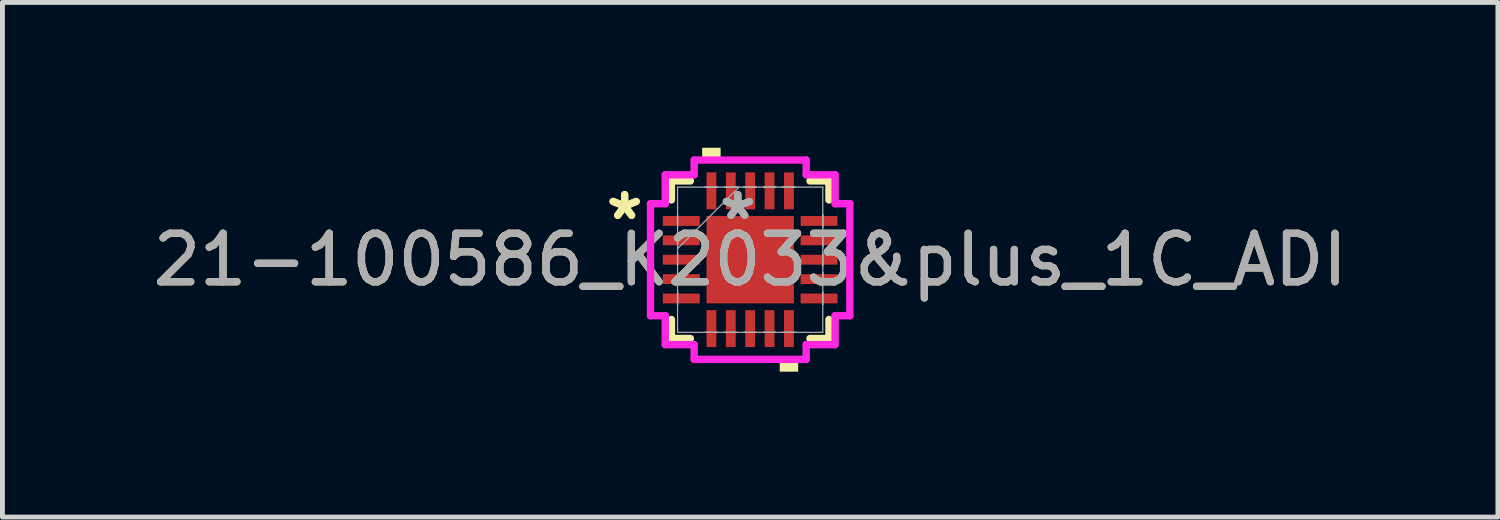
<source format=kicad_pcb>
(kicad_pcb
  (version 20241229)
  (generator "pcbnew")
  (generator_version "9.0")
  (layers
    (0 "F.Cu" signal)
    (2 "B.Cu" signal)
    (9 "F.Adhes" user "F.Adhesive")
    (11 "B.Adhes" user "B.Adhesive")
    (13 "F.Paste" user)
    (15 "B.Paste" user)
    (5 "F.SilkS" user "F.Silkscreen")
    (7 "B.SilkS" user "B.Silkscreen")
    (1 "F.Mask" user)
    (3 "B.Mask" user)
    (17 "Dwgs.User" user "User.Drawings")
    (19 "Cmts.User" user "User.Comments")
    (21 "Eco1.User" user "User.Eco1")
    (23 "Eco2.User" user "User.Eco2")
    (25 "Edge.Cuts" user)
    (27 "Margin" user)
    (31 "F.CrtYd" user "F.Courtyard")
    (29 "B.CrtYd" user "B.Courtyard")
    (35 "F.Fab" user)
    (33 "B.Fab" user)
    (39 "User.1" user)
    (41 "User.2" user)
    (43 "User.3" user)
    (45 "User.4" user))
  (footprint "21-100586_K2033&plus_1C_ADI"
    (layer "F.Cu")
    (at 12.435 2.311)
    (property "Reference" "21-100586_K2033&plus_1C_ADI" (at 0 0 0) (unlocked yes) (layer "F.SilkS") (effects (font (size 1 1) (thickness 0.15))))
    (attr smd)
    (fp_line (start -1.626 -1.626) (end -1.626 -1.234) (stroke (width 0.152) (type solid)) (layer "F.SilkS"))
    (fp_line (start -1.626 1.234) (end -1.626 1.626) (stroke (width 0.152) (type solid)) (layer "F.SilkS"))
    (fp_line (start -1.626 1.626) (end -1.234 1.626) (stroke (width 0.152) (type solid)) (layer "F.SilkS"))
    (fp_line (start -1.234 -1.626) (end -1.626 -1.626) (stroke (width 0.152) (type solid)) (layer "F.SilkS"))
    (fp_line (start 1.234 1.626) (end 1.626 1.626) (stroke (width 0.152) (type solid)) (layer "F.SilkS"))
    (fp_line (start 1.626 -1.626) (end 1.234 -1.626) (stroke (width 0.152) (type solid)) (layer "F.SilkS"))
    (fp_line (start 1.626 -1.234) (end 1.626 -1.626) (stroke (width 0.152) (type solid)) (layer "F.SilkS"))
    (fp_line (start 1.626 1.626) (end 1.626 1.234) (stroke (width 0.152) (type solid)) (layer "F.SilkS"))
    (fp_poly (pts (xy -0.991 -2.057) (xy -0.991 -2.311) (xy -0.61 -2.311) (xy -0.61 -2.057)) (stroke (width 0) (type solid)) (fill yes) (layer "F.SilkS"))
    (fp_poly (pts (xy 0.61 2.057) (xy 0.61 2.311) (xy 0.991 2.311) (xy 0.991 2.057)) (stroke (width 0) (type solid)) (fill yes) (layer "F.SilkS"))
    (fp_line (start -2.057 -1.156) (end -1.753 -1.156) (stroke (width 0.152) (type solid)) (layer "F.CrtYd"))
    (fp_line (start -2.057 1.156) (end -2.057 -1.156) (stroke (width 0.152) (type solid)) (layer "F.CrtYd"))
    (fp_line (start -1.753 -1.753) (end -1.156 -1.753) (stroke (width 0.152) (type solid)) (layer "F.CrtYd"))
    (fp_line (start -1.753 -1.156) (end -1.753 -1.753) (stroke (width 0.152) (type solid)) (layer "F.CrtYd"))
    (fp_line (start -1.753 1.156) (end -2.057 1.156) (stroke (width 0.152) (type solid)) (layer "F.CrtYd"))
    (fp_line (start -1.753 1.753) (end -1.753 1.156) (stroke (width 0.152) (type solid)) (layer "F.CrtYd"))
    (fp_line (start -1.156 -2.057) (end 1.156 -2.057) (stroke (width 0.152) (type solid)) (layer "F.CrtYd"))
    (fp_line (start -1.156 -1.753) (end -1.156 -2.057) (stroke (width 0.152) (type solid)) (layer "F.CrtYd"))
    (fp_line (start -1.156 1.753) (end -1.753 1.753) (stroke (width 0.152) (type solid)) (layer "F.CrtYd"))
    (fp_line (start -1.156 2.057) (end -1.156 1.753) (stroke (width 0.152) (type solid)) (layer "F.CrtYd"))
    (fp_line (start 1.156 -2.057) (end 1.156 -1.753) (stroke (width 0.152) (type solid)) (layer "F.CrtYd"))
    (fp_line (start 1.156 -1.753) (end 1.753 -1.753) (stroke (width 0.152) (type solid)) (layer "F.CrtYd"))
    (fp_line (start 1.156 1.753) (end 1.156 2.057) (stroke (width 0.152) (type solid)) (layer "F.CrtYd"))
    (fp_line (start 1.156 2.057) (end -1.156 2.057) (stroke (width 0.152) (type solid)) (layer "F.CrtYd"))
    (fp_line (start 1.753 -1.753) (end 1.753 -1.156) (stroke (width 0.152) (type solid)) (layer "F.CrtYd"))
    (fp_line (start 1.753 -1.156) (end 2.057 -1.156) (stroke (width 0.152) (type solid)) (layer "F.CrtYd"))
    (fp_line (start 1.753 1.156) (end 1.753 1.753) (stroke (width 0.152) (type solid)) (layer "F.CrtYd"))
    (fp_line (start 1.753 1.753) (end 1.156 1.753) (stroke (width 0.152) (type solid)) (layer "F.CrtYd"))
    (fp_line (start 2.057 -1.156) (end 2.057 1.156) (stroke (width 0.152) (type solid)) (layer "F.CrtYd"))
    (fp_line (start 2.057 1.156) (end 1.753 1.156) (stroke (width 0.152) (type solid)) (layer "F.CrtYd"))
    (fp_line (start -1.499 -1.499) (end -1.499 1.499) (stroke (width 0.025) (type solid)) (layer "F.Fab"))
    (fp_line (start -1.499 -0.927) (end -1.499 -0.927) (stroke (width 0.025) (type solid)) (layer "F.Fab"))
    (fp_line (start -1.499 -0.927) (end -1.499 -0.673) (stroke (width 0.025) (type solid)) (layer "F.Fab"))
    (fp_line (start -1.499 -0.673) (end -1.499 -0.927) (stroke (width 0.025) (type solid)) (layer "F.Fab"))
    (fp_line (start -1.499 -0.673) (end -1.499 -0.673) (stroke (width 0.025) (type solid)) (layer "F.Fab"))
    (fp_line (start -1.499 -0.527) (end -1.499 -0.527) (stroke (width 0.025) (type solid)) (layer "F.Fab"))
    (fp_line (start -1.499 -0.527) (end -1.499 -0.273) (stroke (width 0.025) (type solid)) (layer "F.Fab"))
    (fp_line (start -1.499 -0.273) (end -1.499 -0.527) (stroke (width 0.025) (type solid)) (layer "F.Fab"))
    (fp_line (start -1.499 -0.273) (end -1.499 -0.273) (stroke (width 0.025) (type solid)) (layer "F.Fab"))
    (fp_line (start -1.499 -0.229) (end -0.229 -1.499) (stroke (width 0.025) (type solid)) (layer "F.Fab"))
    (fp_line (start -1.499 -0.127) (end -1.499 -0.127) (stroke (width 0.025) (type solid)) (layer "F.Fab"))
    (fp_line (start -1.499 -0.127) (end -1.499 0.127) (stroke (width 0.025) (type solid)) (layer "F.Fab"))
    (fp_line (start -1.499 0.127) (end -1.499 -0.127) (stroke (width 0.025) (type solid)) (layer "F.Fab"))
    (fp_line (start -1.499 0.127) (end -1.499 0.127) (stroke (width 0.025) (type solid)) (layer "F.Fab"))
    (fp_line (start -1.499 0.273) (end -1.499 0.273) (stroke (width 0.025) (type solid)) (layer "F.Fab"))
    (fp_line (start -1.499 0.273) (end -1.499 0.527) (stroke (width 0.025) (type solid)) (layer "F.Fab"))
    (fp_line (start -1.499 0.527) (end -1.499 0.273) (stroke (width 0.025) (type solid)) (layer "F.Fab"))
    (fp_line (start -1.499 0.527) (end -1.499 0.527) (stroke (width 0.025) (type solid)) (layer "F.Fab"))
    (fp_line (start -1.499 0.673) (end -1.499 0.673) (stroke (width 0.025) (type solid)) (layer "F.Fab"))
    (fp_line (start -1.499 0.673) (end -1.499 0.927) (stroke (width 0.025) (type solid)) (layer "F.Fab"))
    (fp_line (start -1.499 0.927) (end -1.499 0.673) (stroke (width 0.025) (type solid)) (layer "F.Fab"))
    (fp_line (start -1.499 0.927) (end -1.499 0.927) (stroke (width 0.025) (type solid)) (layer "F.Fab"))
    (fp_line (start -1.499 1.499) (end 1.499 1.499) (stroke (width 0.025) (type solid)) (layer "F.Fab"))
    (fp_line (start -0.927 -1.499) (end -0.927 -1.499) (stroke (width 0.025) (type solid)) (layer "F.Fab"))
    (fp_line (start -0.927 -1.499) (end -0.673 -1.499) (stroke (width 0.025) (type solid)) (layer "F.Fab"))
    (fp_line (start -0.927 1.499) (end -0.927 1.499) (stroke (width 0.025) (type solid)) (layer "F.Fab"))
    (fp_line (start -0.927 1.499) (end -0.673 1.499) (stroke (width 0.025) (type solid)) (layer "F.Fab"))
    (fp_line (start -0.673 -1.499) (end -0.927 -1.499) (stroke (width 0.025) (type solid)) (layer "F.Fab"))
    (fp_line (start -0.673 -1.499) (end -0.673 -1.499) (stroke (width 0.025) (type solid)) (layer "F.Fab"))
    (fp_line (start -0.673 1.499) (end -0.927 1.499) (stroke (width 0.025) (type solid)) (layer "F.Fab"))
    (fp_line (start -0.673 1.499) (end -0.673 1.499) (stroke (width 0.025) (type solid)) (layer "F.Fab"))
    (fp_line (start -0.527 -1.499) (end -0.527 -1.499) (stroke (width 0.025) (type solid)) (layer "F.Fab"))
    (fp_line (start -0.527 -1.499) (end -0.273 -1.499) (stroke (width 0.025) (type solid)) (layer "F.Fab"))
    (fp_line (start -0.527 1.499) (end -0.527 1.499) (stroke (width 0.025) (type solid)) (layer "F.Fab"))
    (fp_line (start -0.527 1.499) (end -0.273 1.499) (stroke (width 0.025) (type solid)) (layer "F.Fab"))
    (fp_line (start -0.273 -1.499) (end -0.527 -1.499) (stroke (width 0.025) (type solid)) (layer "F.Fab"))
    (fp_line (start -0.273 -1.499) (end -0.273 -1.499) (stroke (width 0.025) (type solid)) (layer "F.Fab"))
    (fp_line (start -0.273 1.499) (end -0.527 1.499) (stroke (width 0.025) (type solid)) (layer "F.Fab"))
    (fp_line (start -0.273 1.499) (end -0.273 1.499) (stroke (width 0.025) (type solid)) (layer "F.Fab"))
    (fp_line (start -0.127 -1.499) (end -0.127 -1.499) (stroke (width 0.025) (type solid)) (layer "F.Fab"))
    (fp_line (start -0.127 -1.499) (end 0.127 -1.499) (stroke (width 0.025) (type solid)) (layer "F.Fab"))
    (fp_line (start -0.127 1.499) (end -0.127 1.499) (stroke (width 0.025) (type solid)) (layer "F.Fab"))
    (fp_line (start -0.127 1.499) (end 0.127 1.499) (stroke (width 0.025) (type solid)) (layer "F.Fab"))
    (fp_line (start 0.127 -1.499) (end -0.127 -1.499) (stroke (width 0.025) (type solid)) (layer "F.Fab"))
    (fp_line (start 0.127 -1.499) (end 0.127 -1.499) (stroke (width 0.025) (type solid)) (layer "F.Fab"))
    (fp_line (start 0.127 1.499) (end -0.127 1.499) (stroke (width 0.025) (type solid)) (layer "F.Fab"))
    (fp_line (start 0.127 1.499) (end 0.127 1.499) (stroke (width 0.025) (type solid)) (layer "F.Fab"))
    (fp_line (start 0.273 -1.499) (end 0.273 -1.499) (stroke (width 0.025) (type solid)) (layer "F.Fab"))
    (fp_line (start 0.273 -1.499) (end 0.527 -1.499) (stroke (width 0.025) (type solid)) (layer "F.Fab"))
    (fp_line (start 0.273 1.499) (end 0.273 1.499) (stroke (width 0.025) (type solid)) (layer "F.Fab"))
    (fp_line (start 0.273 1.499) (end 0.527 1.499) (stroke (width 0.025) (type solid)) (layer "F.Fab"))
    (fp_line (start 0.527 -1.499) (end 0.273 -1.499) (stroke (width 0.025) (type solid)) (layer "F.Fab"))
    (fp_line (start 0.527 -1.499) (end 0.527 -1.499) (stroke (width 0.025) (type solid)) (layer "F.Fab"))
    (fp_line (start 0.527 1.499) (end 0.273 1.499) (stroke (width 0.025) (type solid)) (layer "F.Fab"))
    (fp_line (start 0.527 1.499) (end 0.527 1.499) (stroke (width 0.025) (type solid)) (layer "F.Fab"))
    (fp_line (start 0.673 -1.499) (end 0.673 -1.499) (stroke (width 0.025) (type solid)) (layer "F.Fab"))
    (fp_line (start 0.673 -1.499) (end 0.927 -1.499) (stroke (width 0.025) (type solid)) (layer "F.Fab"))
    (fp_line (start 0.673 1.499) (end 0.673 1.499) (stroke (width 0.025) (type solid)) (layer "F.Fab"))
    (fp_line (start 0.673 1.499) (end 0.927 1.499) (stroke (width 0.025) (type solid)) (layer "F.Fab"))
    (fp_line (start 0.927 -1.499) (end 0.673 -1.499) (stroke (width 0.025) (type solid)) (layer "F.Fab"))
    (fp_line (start 0.927 -1.499) (end 0.927 -1.499) (stroke (width 0.025) (type solid)) (layer "F.Fab"))
    (fp_line (start 0.927 1.499) (end 0.673 1.499) (stroke (width 0.025) (type solid)) (layer "F.Fab"))
    (fp_line (start 0.927 1.499) (end 0.927 1.499) (stroke (width 0.025) (type solid)) (layer "F.Fab"))
    (fp_line (start 1.499 -1.499) (end -1.499 -1.499) (stroke (width 0.025) (type solid)) (layer "F.Fab"))
    (fp_line (start 1.499 -0.927) (end 1.499 -0.927) (stroke (width 0.025) (type solid)) (layer "F.Fab"))
    (fp_line (start 1.499 -0.927) (end 1.499 -0.673) (stroke (width 0.025) (type solid)) (layer "F.Fab"))
    (fp_line (start 1.499 -0.673) (end 1.499 -0.927) (stroke (width 0.025) (type solid)) (layer "F.Fab"))
    (fp_line (start 1.499 -0.673) (end 1.499 -0.673) (stroke (width 0.025) (type solid)) (layer "F.Fab"))
    (fp_line (start 1.499 -0.527) (end 1.499 -0.527) (stroke (width 0.025) (type solid)) (layer "F.Fab"))
    (fp_line (start 1.499 -0.527) (end 1.499 -0.273) (stroke (width 0.025) (type solid)) (layer "F.Fab"))
    (fp_line (start 1.499 -0.273) (end 1.499 -0.527) (stroke (width 0.025) (type solid)) (layer "F.Fab"))
    (fp_line (start 1.499 -0.273) (end 1.499 -0.273) (stroke (width 0.025) (type solid)) (layer "F.Fab"))
    (fp_line (start 1.499 -0.127) (end 1.499 -0.127) (stroke (width 0.025) (type solid)) (layer "F.Fab"))
    (fp_line (start 1.499 -0.127) (end 1.499 0.127) (stroke (width 0.025) (type solid)) (layer "F.Fab"))
    (fp_line (start 1.499 0.127) (end 1.499 -0.127) (stroke (width 0.025) (type solid)) (layer "F.Fab"))
    (fp_line (start 1.499 0.127) (end 1.499 0.127) (stroke (width 0.025) (type solid)) (layer "F.Fab"))
    (fp_line (start 1.499 0.273) (end 1.499 0.273) (stroke (width 0.025) (type solid)) (layer "F.Fab"))
    (fp_line (start 1.499 0.273) (end 1.499 0.527) (stroke (width 0.025) (type solid)) (layer "F.Fab"))
    (fp_line (start 1.499 0.527) (end 1.499 0.273) (stroke (width 0.025) (type solid)) (layer "F.Fab"))
    (fp_line (start 1.499 0.527) (end 1.499 0.527) (stroke (width 0.025) (type solid)) (layer "F.Fab"))
    (fp_line (start 1.499 0.673) (end 1.499 0.673) (stroke (width 0.025) (type solid)) (layer "F.Fab"))
    (fp_line (start 1.499 0.673) (end 1.499 0.927) (stroke (width 0.025) (type solid)) (layer "F.Fab"))
    (fp_line (start 1.499 0.927) (end 1.499 0.673) (stroke (width 0.025) (type solid)) (layer "F.Fab"))
    (fp_line (start 1.499 0.927) (end 1.499 0.927) (stroke (width 0.025) (type solid)) (layer "F.Fab"))
    (fp_line (start 1.499 1.499) (end 1.499 -1.499) (stroke (width 0.025) (type solid)) (layer "F.Fab"))
    (fp_text user "*" (at -2.591 -0.8 0) (unlocked yes) (layer "F.SilkS") (effects (font (size 1 1) (thickness 0.15))))
    (fp_text user "*" (at -2.591 -0.8 0) (layer "F.SilkS") (effects (font (size 1 1) (thickness 0.15))))
    (fp_text user "*" (at -0.254 -0.8 0) (layer "F.Fab") (effects (font (size 1 1) (thickness 0.15))))
    (fp_text user "*" (at -0.254 -0.8 0) (unlocked yes) (layer "F.Fab") (effects (font (size 1 1) (thickness 0.15))))
    (fp_text user "${REFERENCE}" (at 0 0 0) (unlocked yes) (layer "F.Fab") (effects (font (size 1 1) (thickness 0.15))))
    (pad "1" smd rect (at -1.422 -0.8 90) (size 0.203 0.762) (layers "F.Cu" "F.Mask" "F.Paste"))
    (pad "2" smd rect (at -1.422 -0.4 90) (size 0.203 0.762) (layers "F.Cu" "F.Mask" "F.Paste"))
    (pad "3" smd rect (at -1.422 0 90) (size 0.203 0.762) (layers "F.Cu" "F.Mask" "F.Paste"))
    (pad "4" smd rect (at -1.422 0.4 90) (size 0.203 0.762) (layers "F.Cu" "F.Mask" "F.Paste"))
    (pad "5" smd rect (at -1.422 0.8 90) (size 0.203 0.762) (layers "F.Cu" "F.Mask" "F.Paste"))
    (pad "6" smd rect (at -0.8 1.422) (size 0.203 0.762) (layers "F.Cu" "F.Mask" "F.Paste"))
    (pad "7" smd rect (at -0.4 1.422) (size 0.203 0.762) (layers "F.Cu" "F.Mask" "F.Paste"))
    (pad "8" smd rect (at 0 1.422) (size 0.203 0.762) (layers "F.Cu" "F.Mask" "F.Paste"))
    (pad "9" smd rect (at 0.4 1.422) (size 0.203 0.762) (layers "F.Cu" "F.Mask" "F.Paste"))
    (pad "10" smd rect (at 0.8 1.422) (size 0.203 0.762) (layers "F.Cu" "F.Mask" "F.Paste"))
    (pad "11" smd rect (at 1.422 0.8 90) (size 0.203 0.762) (layers "F.Cu" "F.Mask" "F.Paste"))
    (pad "12" smd rect (at 1.422 0.4 90) (size 0.203 0.762) (layers "F.Cu" "F.Mask" "F.Paste"))
    (pad "13" smd rect (at 1.422 0 90) (size 0.203 0.762) (layers "F.Cu" "F.Mask" "F.Paste"))
    (pad "14" smd rect (at 1.422 -0.4 90) (size 0.203 0.762) (layers "F.Cu" "F.Mask" "F.Paste"))
    (pad "15" smd rect (at 1.422 -0.8 90) (size 0.203 0.762) (layers "F.Cu" "F.Mask" "F.Paste"))
    (pad "16" smd rect (at 0.8 -1.422) (size 0.203 0.762) (layers "F.Cu" "F.Mask" "F.Paste"))
    (pad "17" smd rect (at 0.4 -1.422) (size 0.203 0.762) (layers "F.Cu" "F.Mask" "F.Paste"))
    (pad "18" smd rect (at 0 -1.422) (size 0.203 0.762) (layers "F.Cu" "F.Mask" "F.Paste"))
    (pad "19" smd rect (at -0.4 -1.422) (size 0.203 0.762) (layers "F.Cu" "F.Mask" "F.Paste"))
    (pad "20" smd rect (at -0.8 -1.422) (size 0.203 0.762) (layers "F.Cu" "F.Mask" "F.Paste"))
    (pad "21" smd rect (at 0 0) (size 1.803 1.803) (layers "F.Cu" "F.Mask" "F.Paste")))
  (gr_rect
    (start -3 -3)
    (end 27.869 7.623)
    (stroke (width 0.1) (type default))
    (fill no)
    (layer "Edge.Cuts")))
</source>
